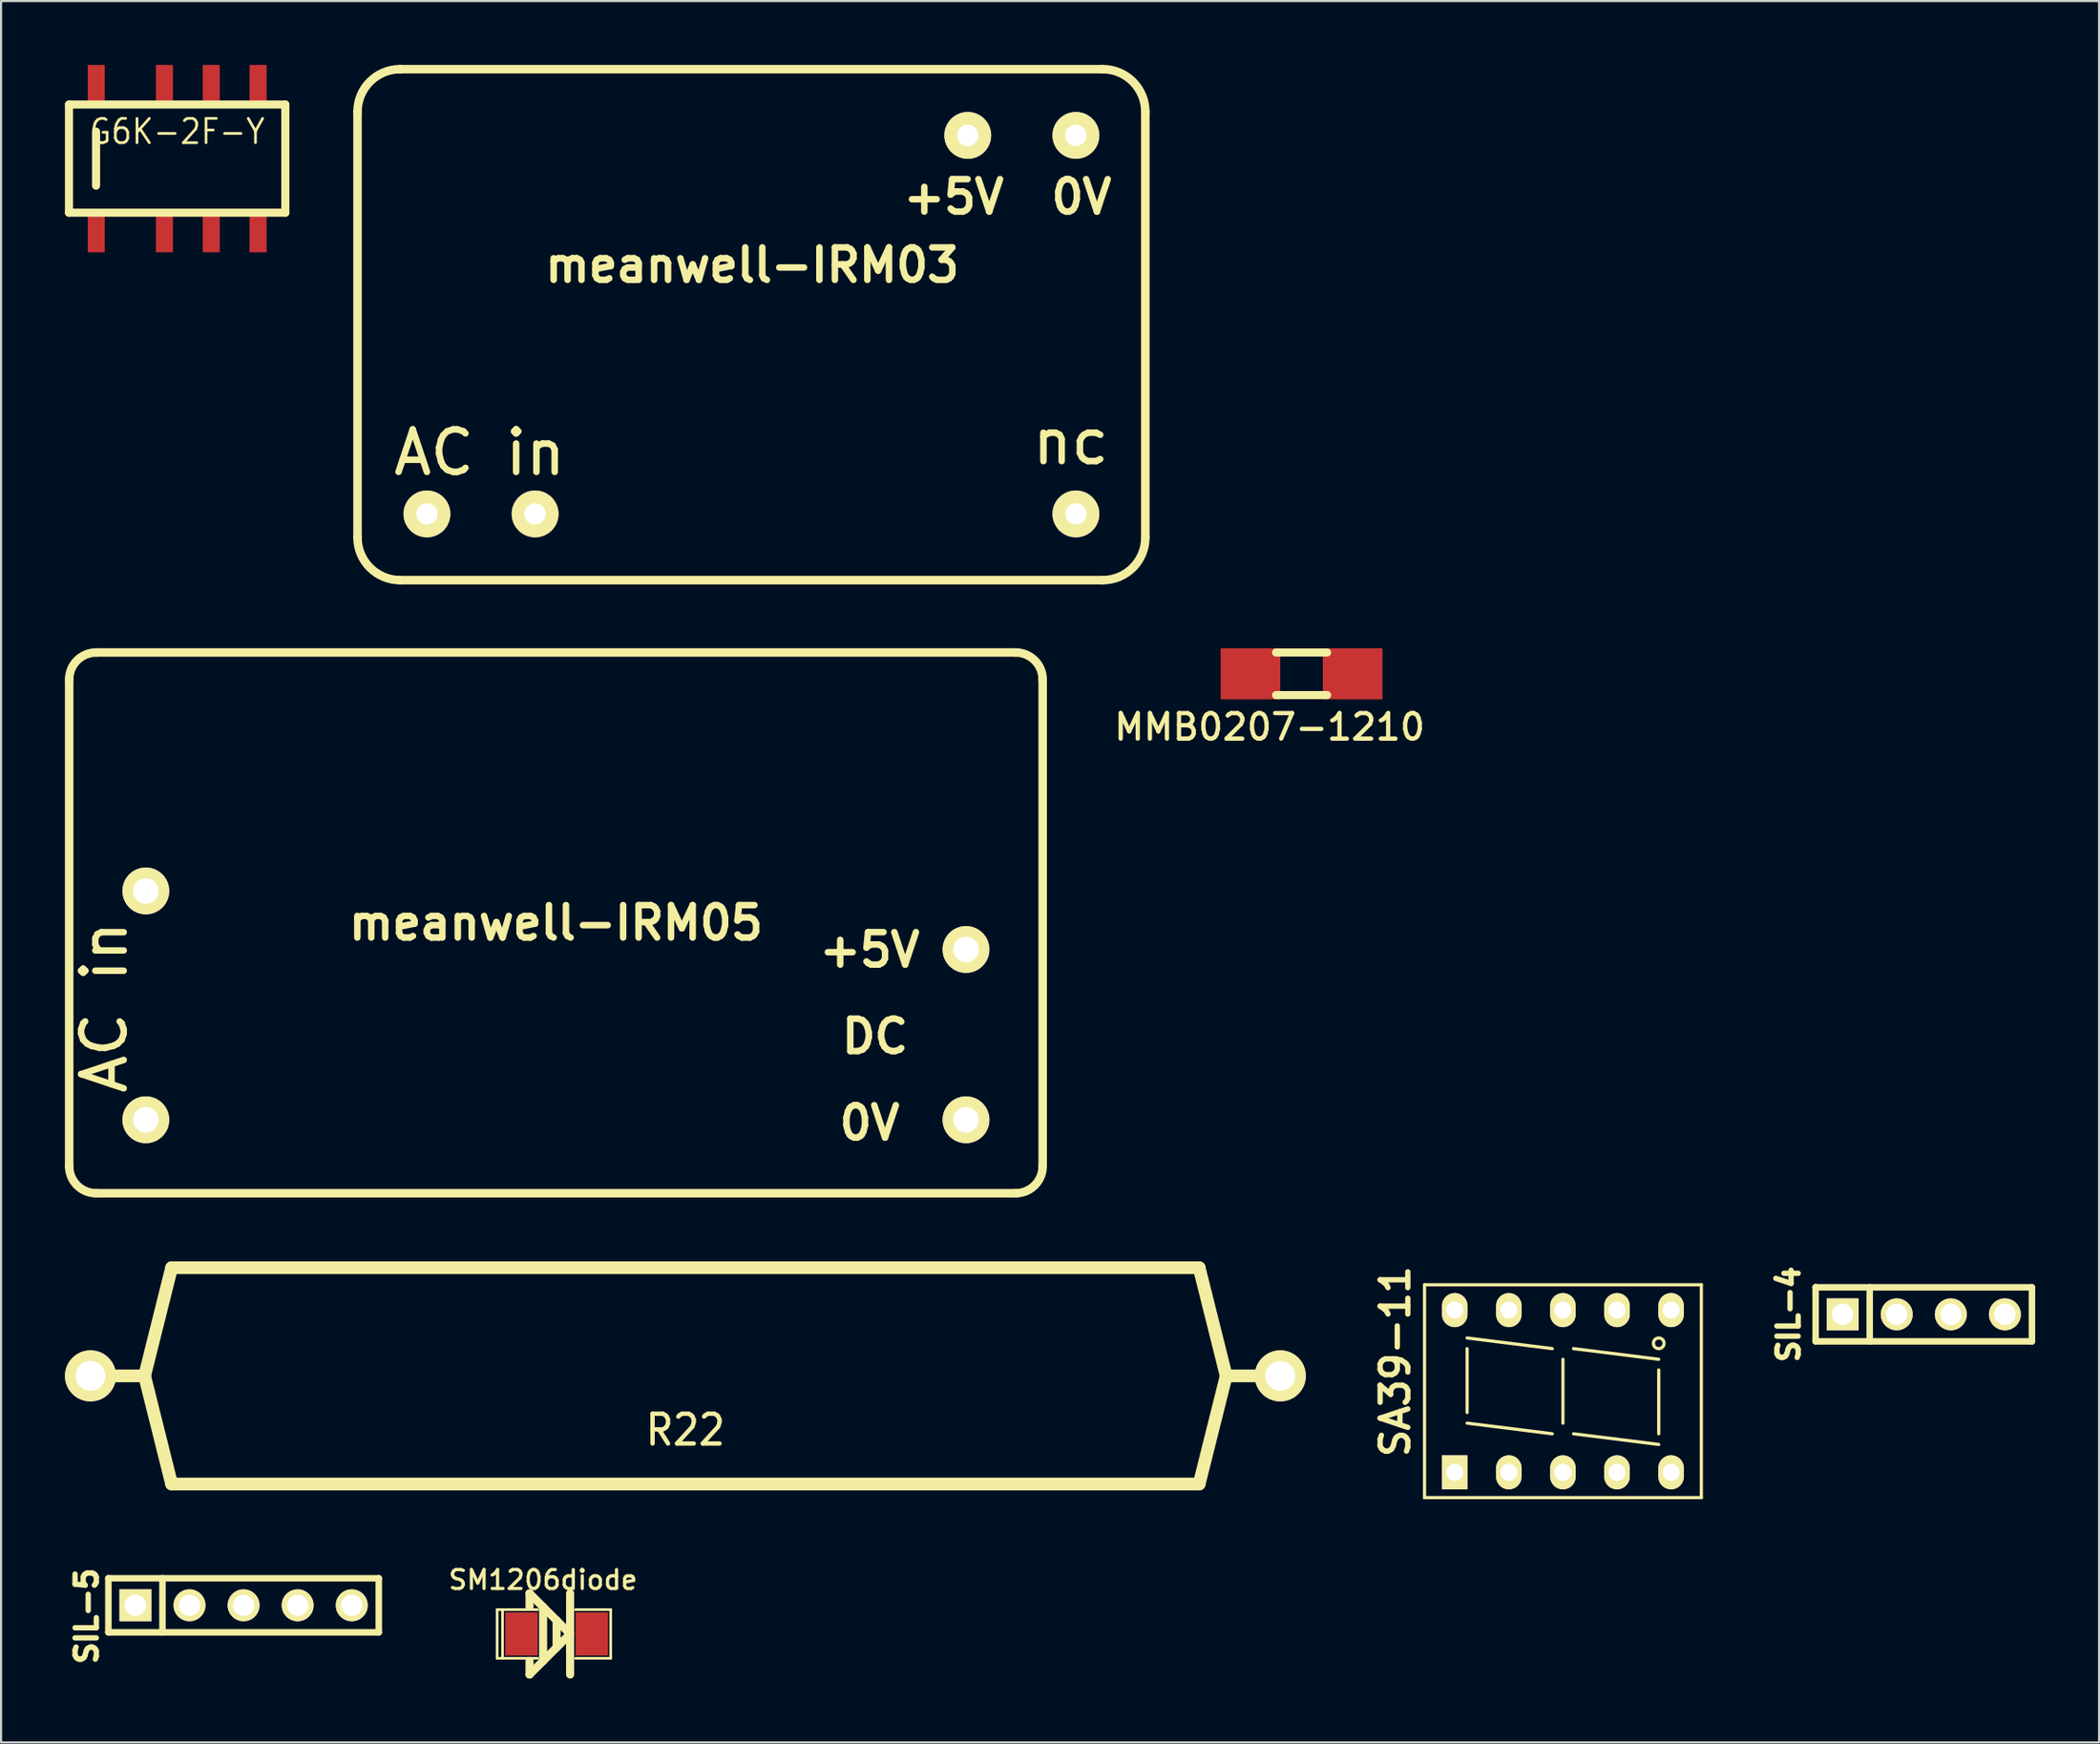
<source format=kicad_pcb>
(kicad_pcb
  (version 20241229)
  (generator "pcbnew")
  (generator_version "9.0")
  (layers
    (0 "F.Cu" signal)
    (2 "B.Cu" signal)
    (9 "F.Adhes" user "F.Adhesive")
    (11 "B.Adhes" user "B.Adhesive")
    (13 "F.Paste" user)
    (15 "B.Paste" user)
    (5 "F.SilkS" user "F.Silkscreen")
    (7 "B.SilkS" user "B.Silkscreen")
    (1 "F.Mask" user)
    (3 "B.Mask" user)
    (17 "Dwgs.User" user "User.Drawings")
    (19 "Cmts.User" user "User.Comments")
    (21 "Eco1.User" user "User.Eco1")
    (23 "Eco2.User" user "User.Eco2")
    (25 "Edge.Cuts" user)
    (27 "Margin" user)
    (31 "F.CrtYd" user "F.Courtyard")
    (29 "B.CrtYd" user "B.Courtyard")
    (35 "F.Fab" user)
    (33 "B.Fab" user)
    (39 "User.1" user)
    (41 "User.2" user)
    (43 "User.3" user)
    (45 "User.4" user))
  (footprint "SM1206diode"
    (layer "F.Cu")
    (at 23.091 73.7)
    (property "Reference" "SM1206diode" (at -0.635 -2.54 0) (layer "F.SilkS") (effects (font (size 0.889 0.889) (thickness 0.152))))
    (attr smd)
    (fp_line (start -2.794 -1.143) (end -2.794 1.143) (stroke (width 0.127) (type solid)) (layer "F.SilkS"))
    (fp_line (start -2.794 1.143) (end -2.54 1.143) (stroke (width 0.127) (type solid)) (layer "F.SilkS"))
    (fp_line (start -2.54 -1.143) (end -2.794 -1.143) (stroke (width 0.127) (type solid)) (layer "F.SilkS"))
    (fp_line (start -2.54 -1.143) (end -2.54 1.143) (stroke (width 0.127) (type solid)) (layer "F.SilkS"))
    (fp_line (start -2.54 1.143) (end -0.889 1.143) (stroke (width 0.127) (type solid)) (layer "F.SilkS"))
    (fp_line (start -1.27 -1.905) (end -1.27 -1.27) (stroke (width 0.381) (type solid)) (layer "F.SilkS"))
    (fp_line (start -1.27 1.27) (end -1.27 1.905) (stroke (width 0.381) (type solid)) (layer "F.SilkS"))
    (fp_line (start -1.27 1.905) (end 0.635 0) (stroke (width 0.381) (type solid)) (layer "F.SilkS"))
    (fp_line (start -0.889 -1.143) (end -2.54 -1.143) (stroke (width 0.127) (type solid)) (layer "F.SilkS"))
    (fp_line (start -0.635 -1.27) (end -0.635 1.27) (stroke (width 0.381) (type solid)) (layer "F.SilkS"))
    (fp_line (start 0 -0.635) (end 0 0.635) (stroke (width 0.381) (type solid)) (layer "F.SilkS"))
    (fp_line (start 0.635 -1.905) (end 0.635 1.905) (stroke (width 0.381) (type solid)) (layer "F.SilkS"))
    (fp_line (start 0.635 0) (end -1.27 -1.905) (stroke (width 0.381) (type solid)) (layer "F.SilkS"))
    (fp_line (start 0.889 -1.143) (end 2.54 -1.143) (stroke (width 0.127) (type solid)) (layer "F.SilkS"))
    (fp_line (start 2.54 -1.143) (end 2.54 1.143) (stroke (width 0.127) (type solid)) (layer "F.SilkS"))
    (fp_line (start 2.54 1.143) (end 0.889 1.143) (stroke (width 0.127) (type solid)) (layer "F.SilkS"))
    (pad "1" smd rect (at -1.651 0) (size 1.524 2.032) (layers "F.Cu" "F.Mask" "F.Paste"))
    (pad "2" smd rect (at 1.651 0) (size 1.524 2.032) (layers "F.Cu" "F.Mask" "F.Paste")))
  (footprint "meanwell-IRM03"
    (layer "F.Cu")
    (at 32.241 12.2)
    (property "Reference" "meanwell-IRM03" (at 0.038 -2.794 0) (layer "F.SilkS") (effects (font (size 1.524 1.524) (thickness 0.305))))
    (attr through_hole)
    (fp_line (start -18.5 -10) (end -18.5 10) (stroke (width 0.4) (type solid)) (layer "F.SilkS"))
    (fp_line (start -16.5 -12) (end 16.5 -12) (stroke (width 0.4) (type solid)) (layer "F.SilkS"))
    (fp_line (start -16.5 12) (end 16.5 12) (stroke (width 0.4) (type solid)) (layer "F.SilkS"))
    (fp_line (start 18.5 10) (end 18.5 -10) (stroke (width 0.4) (type solid)) (layer "F.SilkS"))
    (fp_arc (start -18.5 -10) (mid -17.914214 -11.414214) (end -16.5 -12) (stroke (width 0.4) (type solid)) (layer "F.SilkS"))
    (fp_arc (start -16.5 12) (mid -17.914214 11.414214) (end -18.5 10) (stroke (width 0.4) (type solid)) (layer "F.SilkS"))
    (fp_arc (start 16.5 -12) (mid 17.914214 -11.414214) (end 18.5 -10) (stroke (width 0.4) (type solid)) (layer "F.SilkS"))
    (fp_arc (start 18.5 10) (mid 17.914214 11.414214) (end 16.5 12) (stroke (width 0.4) (type solid)) (layer "F.SilkS"))
    (fp_text user "0V" (at 15.5 -6 0) (layer "F.SilkS") (effects (font (size 1.524 1.524) (thickness 0.305))))
    (fp_text user "+5V" (at 9.5 -6 0) (layer "F.SilkS") (effects (font (size 1.524 1.524) (thickness 0.305))))
    (fp_text user "AC in" (at -12.764 6.007 180) (layer "F.SilkS") (effects (font (size 2 2) (thickness 0.305))))
    (fp_text user "nc" (at 15 5.5 0) (layer "F.SilkS") (effects (font (size 2 2) (thickness 0.305))))
    (pad "1" thru_hole circle (at -15.24 8.89) (size 2.2 2.2) (drill 1) (layers "*.Cu" "*.Mask" "F.SilkS"))
    (pad "2" thru_hole circle (at -10.16 8.89) (size 2.2 2.2) (drill 1) (layers "*.Cu" "*.Mask" "F.SilkS"))
    (pad "3" thru_hole circle (at 15.24 -8.89) (size 2.2 2.2) (drill 1) (layers "*.Cu" "*.Mask" "F.SilkS"))
    (pad "4" thru_hole circle (at 10.16 -8.89) (size 2.2 2.2) (drill 1) (layers "*.Cu" "*.Mask" "F.SilkS"))
    (pad "NC" thru_hole circle (at 15.24 8.89) (size 2.2 2.2) (drill 1) (layers "*.Cu" "*.Mask" "F.SilkS")))
  (footprint "R22"
    (layer "F.Cu")
    (at 29.14 61.578)
    (property "Reference" "R22" (at 0 2.54 0) (layer "F.SilkS") (effects (font (size 1.397 1.27) (thickness 0.203))))
    (attr through_hole)
    (fp_line (start -27.94 0) (end -25.4 0) (stroke (width 0.599) (type solid)) (layer "F.SilkS"))
    (fp_line (start -25.4 0) (end -24.13 5.08) (stroke (width 0.599) (type solid)) (layer "F.SilkS"))
    (fp_line (start -24.13 -5.08) (end -25.4 0) (stroke (width 0.599) (type solid)) (layer "F.SilkS"))
    (fp_line (start -24.13 5.08) (end 24.13 5.08) (stroke (width 0.599) (type solid)) (layer "F.SilkS"))
    (fp_line (start 24.13 -5.08) (end -24.13 -5.08) (stroke (width 0.599) (type solid)) (layer "F.SilkS"))
    (fp_line (start 24.13 5.08) (end 25.4 0) (stroke (width 0.599) (type solid)) (layer "F.SilkS"))
    (fp_line (start 25.4 0) (end 24.13 -5.08) (stroke (width 0.599) (type solid)) (layer "F.SilkS"))
    (fp_line (start 25.4 0) (end 27.94 0) (stroke (width 0.599) (type solid)) (layer "F.SilkS"))
    (pad "1" thru_hole circle (at -27.94 0) (size 2.4 2.4) (drill 1.4) (layers "*.Cu" "*.Mask" "F.SilkS"))
    (pad "2" thru_hole circle (at 27.94 0) (size 2.4 2.4) (drill 1.4) (layers "*.Cu" "*.Mask" "F.SilkS")))
  (footprint "SIL-5"
    (layer "F.Cu")
    (at 9.66 72.354)
    (property "Reference" "SIL-5" (at -8.636 0.508 90) (layer "F.SilkS") (effects (font (size 1 1) (thickness 0.25))))
    (attr through_hole)
    (fp_line (start -7.62 -1.27) (end 5.08 -1.27) (stroke (width 0.305) (type solid)) (layer "F.SilkS"))
    (fp_line (start -7.62 1.27) (end -7.62 -1.27) (stroke (width 0.305) (type solid)) (layer "F.SilkS"))
    (fp_line (start -5.08 1.27) (end -5.08 -1.27) (stroke (width 0.305) (type solid)) (layer "F.SilkS"))
    (fp_line (start 5.08 -1.27) (end 5.08 1.27) (stroke (width 0.305) (type solid)) (layer "F.SilkS"))
    (fp_line (start 5.08 1.27) (end -7.62 1.27) (stroke (width 0.305) (type solid)) (layer "F.SilkS"))
    (pad "1" thru_hole rect (at -6.35 0) (size 1.5 1.5) (drill 1) (layers "*.Cu" "*.Mask" "F.SilkS"))
    (pad "2" thru_hole circle (at -3.81 0) (size 1.5 1.5) (drill 1) (layers "*.Cu" "*.Mask" "F.SilkS"))
    (pad "3" thru_hole circle (at -1.27 0) (size 1.5 1.5) (drill 1) (layers "*.Cu" "*.Mask" "F.SilkS"))
    (pad "4" thru_hole circle (at 1.27 0) (size 1.5 1.5) (drill 1) (layers "*.Cu" "*.Mask" "F.SilkS"))
    (pad "5" thru_hole circle (at 3.81 0) (size 1.5 1.5) (drill 1) (layers "*.Cu" "*.Mask" "F.SilkS")))
  (footprint "G6K-2F-Y"
    (layer "F.Cu")
    (at 5.271 4.401)
    (property "Reference" "G6K-2F-Y" (at 0 -1.27 0) (layer "F.SilkS") (effects (font (size 1.143 1.016) (thickness 0.127))))
    (attr smd)
    (fp_line (start -5.08 2.54) (end -5.08 -2.54) (stroke (width 0.381) (type solid)) (layer "F.SilkS"))
    (fp_line (start -3.81 -1.27) (end -3.81 1.27) (stroke (width 0.381) (type solid)) (layer "F.SilkS"))
    (fp_line (start 5.08 -2.54) (end -5.08 -2.54) (stroke (width 0.381) (type solid)) (layer "F.SilkS"))
    (fp_line (start 5.08 2.54) (end -5.08 2.54) (stroke (width 0.381) (type solid)) (layer "F.SilkS"))
    (fp_line (start 5.08 2.54) (end 5.08 -2.54) (stroke (width 0.381) (type solid)) (layer "F.SilkS"))
    (pad "1" smd rect (at -3.8 3.5) (size 0.8 1.801) (layers "F.Cu" "F.Mask" "F.Paste"))
    (pad "2" smd rect (at -0.599 3.5) (size 0.8 1.801) (layers "F.Cu" "F.Mask" "F.Paste"))
    (pad "3" smd rect (at 1.6 3.5) (size 0.8 1.801) (layers "F.Cu" "F.Mask" "F.Paste"))
    (pad "4" smd rect (at 3.8 3.5) (size 0.8 1.801) (layers "F.Cu" "F.Mask" "F.Paste"))
    (pad "5" smd rect (at 3.8 -3.5) (size 0.8 1.801) (layers "F.Cu" "F.Mask" "F.Paste"))
    (pad "6" smd rect (at 1.6 -3.5) (size 0.8 1.801) (layers "F.Cu" "F.Mask" "F.Paste"))
    (pad "7" smd rect (at -0.599 -3.5) (size 0.8 1.801) (layers "F.Cu" "F.Mask" "F.Paste"))
    (pad "8" smd rect (at -3.8 -3.5) (size 0.8 1.801) (layers "F.Cu" "F.Mask" "F.Paste")))
  (footprint "SIL-4"
    (layer "F.Cu")
    (at 87.302 58.688)
    (property "Reference" "SIL-4" (at -6.35 0 90) (layer "F.SilkS") (effects (font (size 1 1) (thickness 0.25))))
    (attr through_hole)
    (fp_line (start -5.08 -1.27) (end -5.08 -1.27) (stroke (width 0.305) (type solid)) (layer "F.SilkS"))
    (fp_line (start -5.08 -1.27) (end -5.08 -1.27) (stroke (width 0.305) (type solid)) (layer "F.SilkS"))
    (fp_line (start -5.08 -1.27) (end 5.08 -1.27) (stroke (width 0.305) (type solid)) (layer "F.SilkS"))
    (fp_line (start -5.08 1.27) (end -5.08 -1.27) (stroke (width 0.305) (type solid)) (layer "F.SilkS"))
    (fp_line (start -2.54 1.27) (end -2.54 -1.27) (stroke (width 0.305) (type solid)) (layer "F.SilkS"))
    (fp_line (start 5.08 -1.27) (end 5.08 1.27) (stroke (width 0.305) (type solid)) (layer "F.SilkS"))
    (fp_line (start 5.08 1.27) (end -5.08 1.27) (stroke (width 0.305) (type solid)) (layer "F.SilkS"))
    (pad "1" thru_hole rect (at -3.81 0) (size 1.5 1.5) (drill 1) (layers "*.Cu" "*.Mask" "F.SilkS"))
    (pad "2" thru_hole circle (at -1.27 0) (size 1.5 1.5) (drill 1) (layers "*.Cu" "*.Mask" "F.SilkS"))
    (pad "3" thru_hole circle (at 1.27 0) (size 1.5 1.5) (drill 1) (layers "*.Cu" "*.Mask" "F.SilkS"))
    (pad "4" thru_hole circle (at 3.81 0) (size 1.5 1.5) (drill 1) (layers "*.Cu" "*.Mask" "F.SilkS")))
  (footprint "SA39-11"
    (layer "F.Cu")
    (at 70.354 62.298)
    (property "Reference" "SA39-11" (at -7.874 -1.397 90) (layer "F.SilkS") (effects (font (size 1.3 1.3) (thickness 0.25))))
    (attr through_hole)
    (fp_line (start -6.5 -5) (end 6.5 -5) (stroke (width 0.15) (type solid)) (layer "F.SilkS"))
    (fp_line (start -6.5 5) (end -6.5 -5) (stroke (width 0.15) (type solid)) (layer "F.SilkS"))
    (fp_line (start -4.5 -2.5) (end -0.5 -2) (stroke (width 0.15) (type solid)) (layer "F.SilkS"))
    (fp_line (start -4.5 1) (end -4.5 -2) (stroke (width 0.15) (type solid)) (layer "F.SilkS"))
    (fp_line (start -0.5 2) (end -4.5 1.5) (stroke (width 0.15) (type solid)) (layer "F.SilkS"))
    (fp_line (start 0 -1.5) (end 0 1.5) (stroke (width 0.15) (type solid)) (layer "F.SilkS"))
    (fp_line (start 0.5 -2) (end 4.5 -1.5) (stroke (width 0.15) (type solid)) (layer "F.SilkS"))
    (fp_line (start 4.5 -1) (end 4.5 2) (stroke (width 0.15) (type solid)) (layer "F.SilkS"))
    (fp_line (start 4.5 2.5) (end 0.5 2) (stroke (width 0.15) (type solid)) (layer "F.SilkS"))
    (fp_line (start 6.5 -5) (end 6.5 5) (stroke (width 0.15) (type solid)) (layer "F.SilkS"))
    (fp_line (start 6.5 5) (end -6.5 5) (stroke (width 0.15) (type solid)) (layer "F.SilkS"))
    (fp_circle (center 4.5 -2.25) (end 4.5 -2) (stroke (width 0.15) (type solid)) (fill no) (layer "F.SilkS"))
    (pad "1" thru_hole rect (at -5.08 3.81) (size 1.2 1.6) (drill 0.8) (layers "*.Cu" "*.Mask" "F.SilkS"))
    (pad "2" thru_hole oval (at -2.54 3.81) (size 1.2 1.6) (drill 0.8) (layers "*.Cu" "*.Mask" "F.SilkS"))
    (pad "3" thru_hole oval (at 0 3.81) (size 1.2 1.6) (drill 0.8) (layers "*.Cu" "*.Mask" "F.SilkS"))
    (pad "4" thru_hole oval (at 2.54 3.81) (size 1.2 1.6) (drill 0.8) (layers "*.Cu" "*.Mask" "F.SilkS"))
    (pad "5" thru_hole oval (at 5.08 3.81) (size 1.2 1.6) (drill 0.8) (layers "*.Cu" "*.Mask" "F.SilkS"))
    (pad "6" thru_hole oval (at 5.08 -3.81) (size 1.2 1.6) (drill 0.8) (layers "*.Cu" "*.Mask" "F.SilkS"))
    (pad "7" thru_hole oval (at 2.54 -3.81) (size 1.2 1.6) (drill 0.8) (layers "*.Cu" "*.Mask" "F.SilkS"))
    (pad "8" thru_hole oval (at 0 -3.81) (size 1.2 1.6) (drill 0.8) (layers "*.Cu" "*.Mask" "F.SilkS"))
    (pad "9" thru_hole oval (at -2.54 -3.81) (size 1.2 1.6) (drill 0.8) (layers "*.Cu" "*.Mask" "F.SilkS"))
    (pad "10" thru_hole oval (at -5.08 -3.81) (size 1.2 1.6) (drill 0.8) (layers "*.Cu" "*.Mask" "F.SilkS")))
  (footprint "meanwell-IRM05"
    (layer "F.Cu")
    (at 23.059 40.299)
    (property "Reference" "meanwell-IRM05" (at 0 0 0) (layer "F.SilkS") (effects (font (size 1.524 1.524) (thickness 0.305))))
    (attr through_hole)
    (fp_line (start -22.86 -11.43) (end -22.86 11.43) (stroke (width 0.399) (type solid)) (layer "F.SilkS"))
    (fp_line (start -21.59 -12.7) (end 21.59 -12.7) (stroke (width 0.399) (type solid)) (layer "F.SilkS"))
    (fp_line (start -21.59 12.7) (end 21.59 12.7) (stroke (width 0.399) (type solid)) (layer "F.SilkS"))
    (fp_line (start 22.86 -11.43) (end 22.86 11.43) (stroke (width 0.399) (type solid)) (layer "F.SilkS"))
    (fp_arc (start -22.86 -11.43) (mid -22.488026 -12.328026) (end -21.59 -12.7) (stroke (width 0.39878) (type solid)) (layer "F.SilkS"))
    (fp_arc (start -21.59 12.7) (mid -22.488026 12.328026) (end -22.86 11.43) (stroke (width 0.39878) (type solid)) (layer "F.SilkS"))
    (fp_arc (start 21.59 -12.7) (mid 22.488026 -12.328026) (end 22.86 -11.43) (stroke (width 0.39878) (type solid)) (layer "F.SilkS"))
    (fp_arc (start 22.86 11.43) (mid 22.488026 12.328026) (end 21.59 12.7) (stroke (width 0.39878) (type solid)) (layer "F.SilkS"))
    (fp_text user "0V" (at 14.732 9.398 0) (layer "F.SilkS") (effects (font (size 1.524 1.524) (thickness 0.305))))
    (fp_text user "+5V" (at 14.732 1.27 0) (layer "F.SilkS") (effects (font (size 1.524 1.524) (thickness 0.305))))
    (fp_text user "DC" (at 14.986 5.334 0) (layer "F.SilkS") (effects (font (size 1.524 1.524) (thickness 0.305))))
    (fp_text user "AC in" (at -21.209 3.962 90) (layer "F.SilkS") (effects (font (size 2 2) (thickness 0.305))))
    (pad "1" thru_hole circle (at -19.26 -1.5) (size 2.2 2.2) (drill 1.2) (layers "*.Cu" "*.Mask" "F.SilkS"))
    (pad "2" thru_hole circle (at -19.26 9.25) (size 2.2 2.2) (drill 1.2) (layers "*.Cu" "*.Mask" "F.SilkS"))
    (pad "3" thru_hole circle (at 19.26 9.25) (size 2.2 2.2) (drill 1.2) (layers "*.Cu" "*.Mask" "F.SilkS"))
    (pad "4" thru_hole circle (at 19.26 1.25) (size 2.2 2.2) (drill 1.2) (layers "*.Cu" "*.Mask" "F.SilkS")))
  (footprint "MMB0207-1210"
    (layer "F.Cu")
    (at 58.079 28.6)
    (property "Reference" "MMB0207-1210" (at -1.5 2.5 0) (layer "F.SilkS") (effects (font (size 1.199 1.199) (thickness 0.201))))
    (attr smd)
    (fp_line (start -1.199 -1.001) (end 1.199 -1.001) (stroke (width 0.381) (type solid)) (layer "F.SilkS"))
    (fp_line (start -1.199 1.001) (end 1.199 1.001) (stroke (width 0.381) (type solid)) (layer "F.SilkS"))
    (pad "1" smd rect (at -2.4 0) (size 2.8 2.4) (layers "F.Cu" "F.Mask" "F.Paste"))
    (pad "2" smd rect (at 2.4 0) (size 2.8 2.4) (layers "F.Cu" "F.Mask" "F.Paste")))
  (gr_rect
    (start -3 -3)
    (end 95.535 78.796)
    (stroke (width 0.1) (type default))
    (fill no)
    (layer "Edge.Cuts")))
</source>
